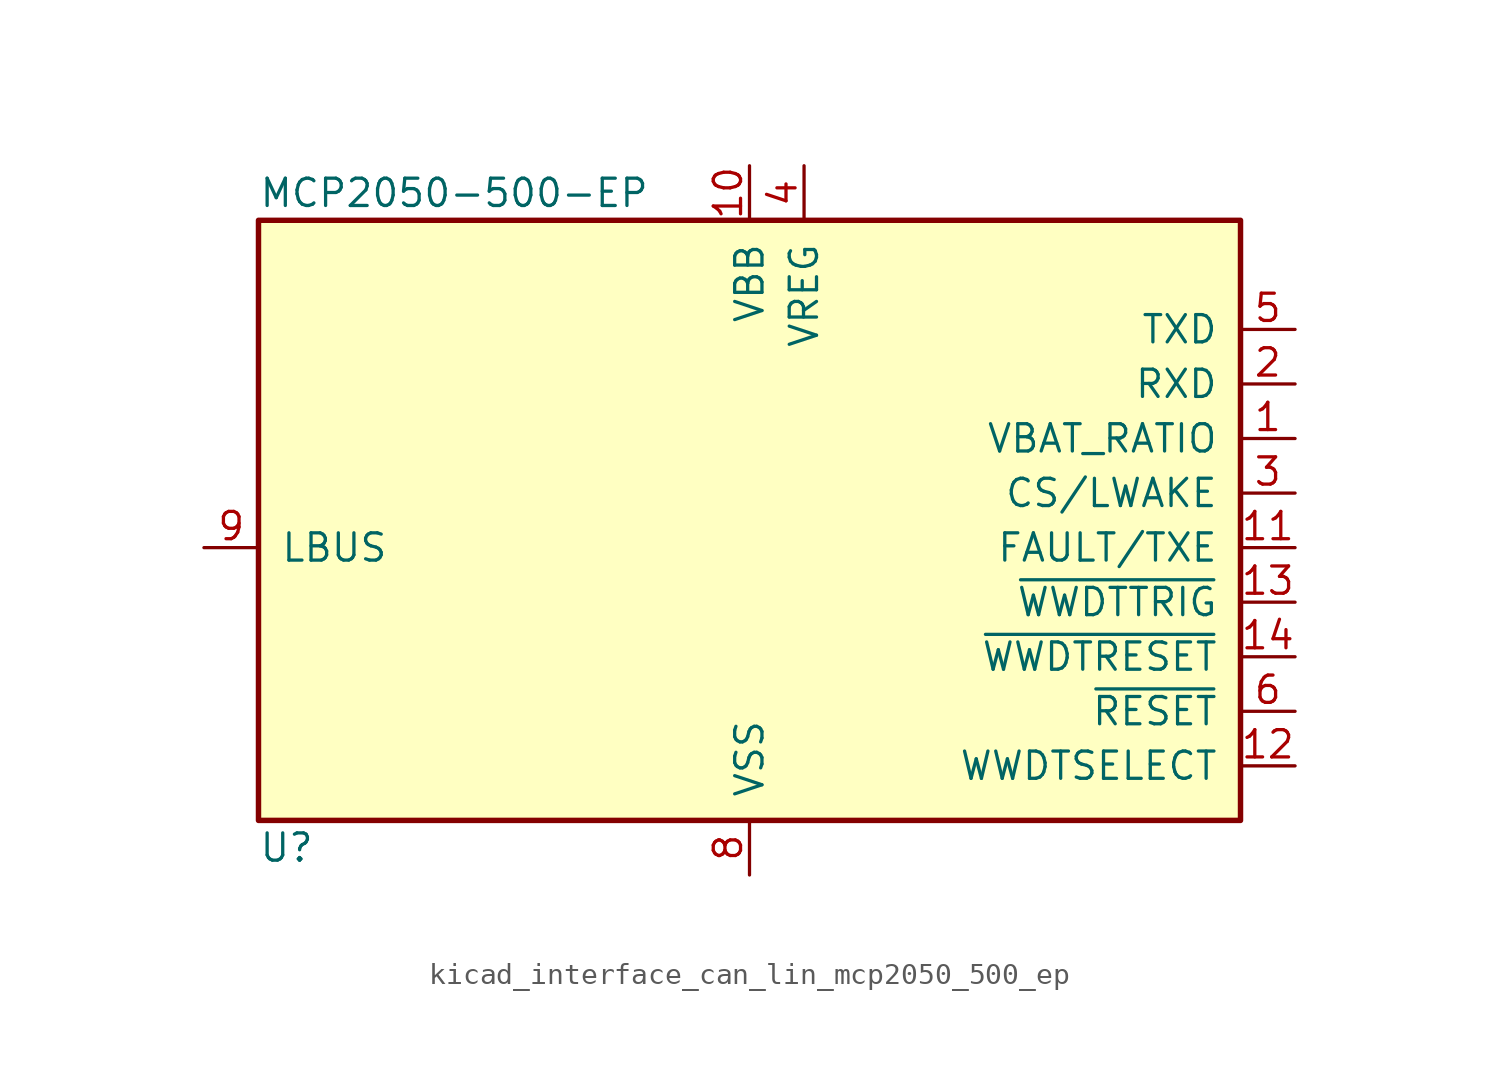
<source format=kicad_sym>
(kicad_symbol_lib
  (version 20220914)
  (generator kicad_symbol_editor)
  (symbol "kicad_interface_can_lin_mcp2050_500_ep"
    (pin_names
      (offset 1.016))
    (property "Reference" "U"
      (at -22.86 -13.97 0)
      (effects (font (size 1.27 1.27)) (justify left)))
    (property "Value" "MCP2050-500-EP"
      (at -22.86 16.51 0)
      (effects (font (size 1.27 1.27)) (justify left)))
    (symbol "kicad_interface_can_lin_mcp2050_500_ep_0_1"
      (rectangle (start -22.86 15.24) (end 22.86 -12.7) (stroke (width 0.254) (type default)) (fill (type background))))
    (symbol "kicad_interface_can_lin_mcp2050_500_ep_1_1"
      (pin output line (at 25.4 5.08 180) (length 2.54) (name "VBAT_RATIO" (effects (font (size 1.27 1.27)))) (number "1" (effects (font (size 1.27 1.27)))))
      (pin power_in line (at 0 17.78 270) (length 2.54) (name "VBB" (effects (font (size 1.27 1.27)))) (number "10" (effects (font (size 1.27 1.27)))))
      (pin open_collector line (at 25.4 0 180) (length 2.54) (name "FAULT/TXE" (effects (font (size 1.27 1.27)))) (number "11" (effects (font (size 1.27 1.27)))))
      (pin input line (at 25.4 -10.16 180) (length 2.54) (name "WWDTSELECT" (effects (font (size 1.27 1.27)))) (number "12" (effects (font (size 1.27 1.27)))))
      (pin input line (at 25.4 -2.54 180) (length 2.54) (name "~{WWDTTRIG}" (effects (font (size 1.27 1.27)))) (number "13" (effects (font (size 1.27 1.27)))))
      (pin output line (at 25.4 -5.08 180) (length 2.54) (name "~{WWDTRESET}" (effects (font (size 1.27 1.27)))) (number "14" (effects (font (size 1.27 1.27)))))
      (pin output line (at 25.4 7.62 180) (length 2.54) (name "RXD" (effects (font (size 1.27 1.27)))) (number "2" (effects (font (size 1.27 1.27)))))
      (pin input line (at 25.4 2.54 180) (length 2.54) (name "CS/LWAKE" (effects (font (size 1.27 1.27)))) (number "3" (effects (font (size 1.27 1.27)))))
      (pin power_out line (at 2.54 17.78 270) (length 2.54) (name "VREG" (effects (font (size 1.27 1.27)))) (number "4" (effects (font (size 1.27 1.27)))))
      (pin input line (at 25.4 10.16 180) (length 2.54) (name "TXD" (effects (font (size 1.27 1.27)))) (number "5" (effects (font (size 1.27 1.27)))))
      (pin output line (at 25.4 -7.62 180) (length 2.54) (name "~{RESET}" (effects (font (size 1.27 1.27)))) (number "6" (effects (font (size 1.27 1.27)))))
      (pin no_connect line (at -22.86 -7.62 0) (length 2.54) hide (name "NC" (effects (font (size 1.27 1.27)))) (number "7" (effects (font (size 1.27 1.27)))))
      (pin power_in line (at 0 -15.24 90) (length 2.54) (name "VSS" (effects (font (size 1.27 1.27)))) (number "8" (effects (font (size 1.27 1.27)))))
      (pin open_collector line (at -25.4 0 0) (length 2.54) (name "LBUS" (effects (font (size 1.27 1.27)))) (number "9" (effects (font (size 1.27 1.27))))))))
</source>
